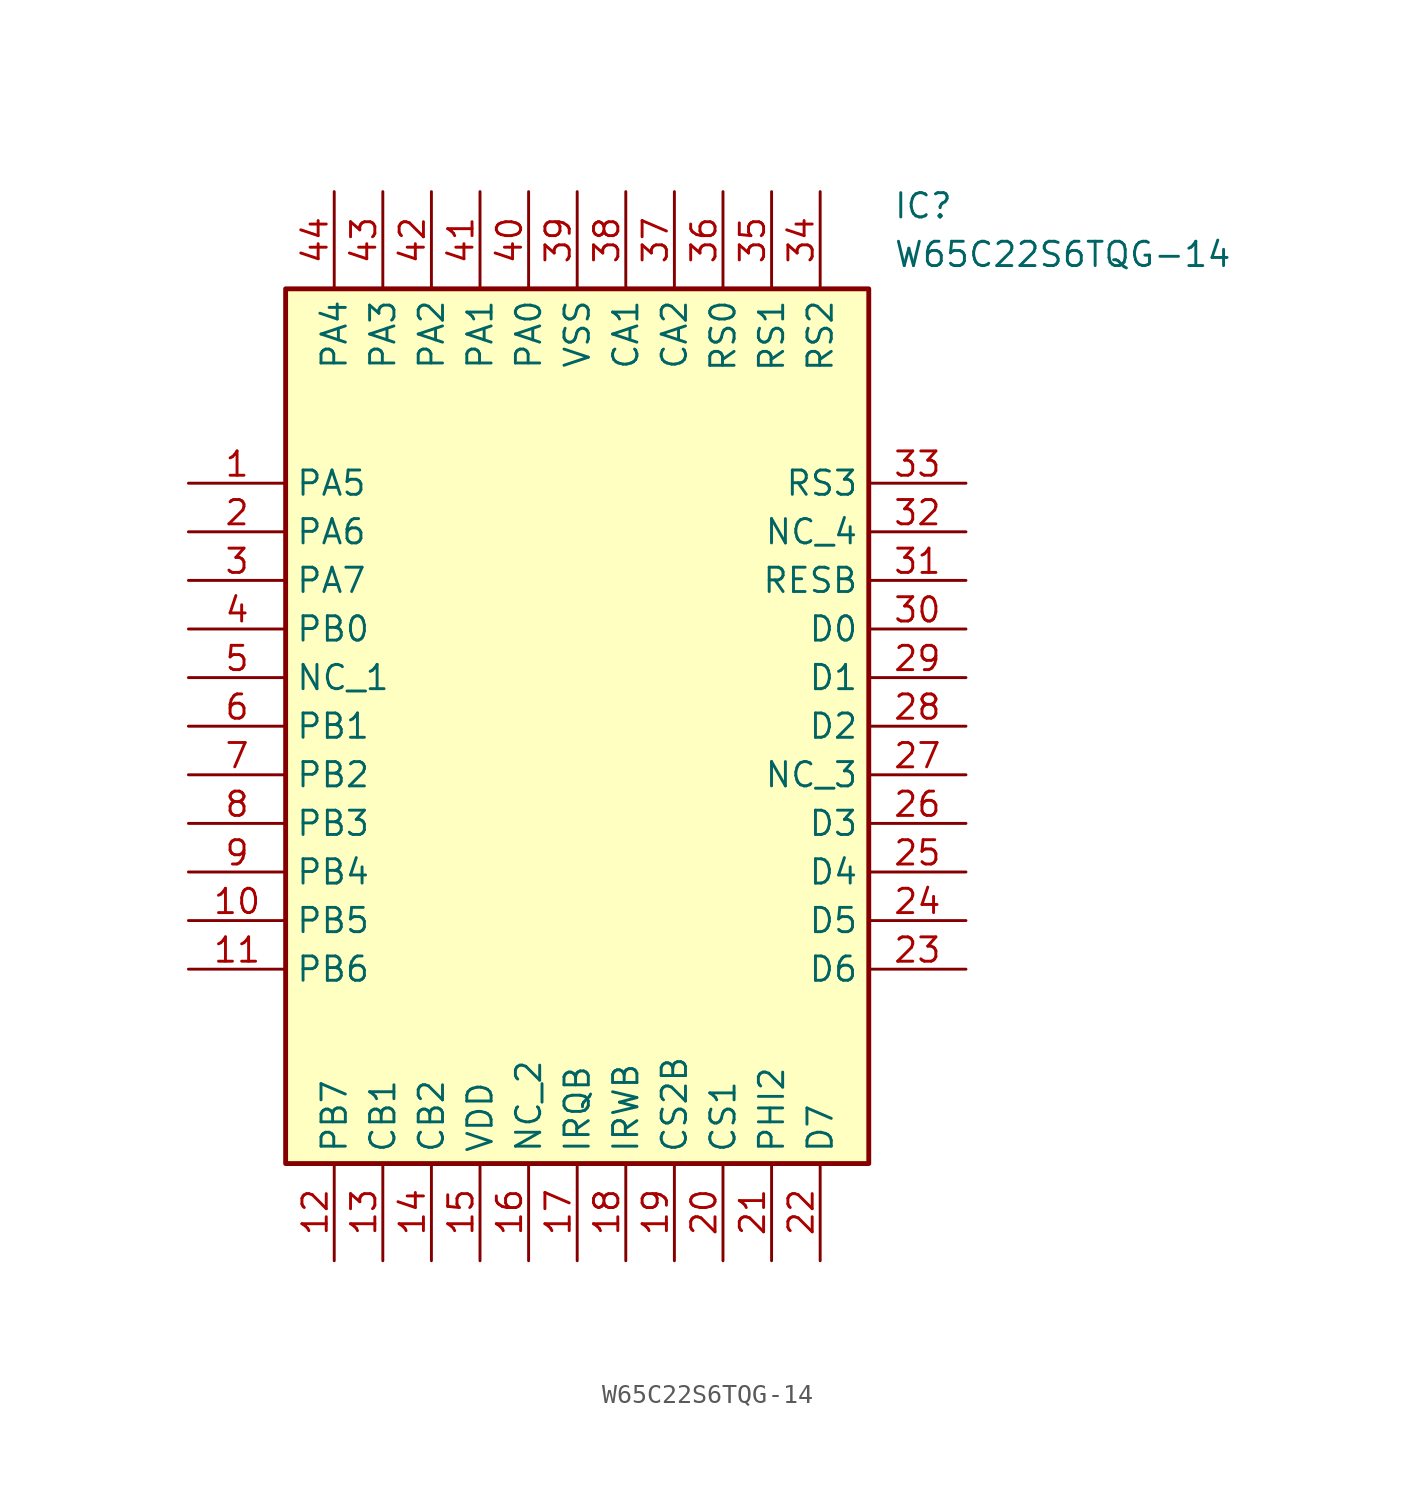
<source format=kicad_sym>
(kicad_symbol_lib
  (version 20211014)
  (generator SamacSys_ECAD_Model)
  (symbol "W65C22S6TQG-14"
    (property "Reference" "IC"
      (at 36.83 15.24 0)
      (effects (font (size 1.27 1.27)) (justify left top)))
    (property "Value" "W65C22S6TQG-14"
      (at 36.83 12.7 0)
      (effects (font (size 1.27 1.27)) (justify left top)))
    (rectangle
      (start 5.08 10.16)
      (end 35.56 -35.56)
      (stroke (width 0.254) (type default))
      (fill (type background)))
    (pin passive line
      (at 0 0 0)
      (length 5.08)
      (name "PA5" (effects (font (size 1.27 1.27))))
      (number "1" (effects (font (size 1.27 1.27)))))
    (pin passive line
      (at 0 -2.54 0)
      (length 5.08)
      (name "PA6" (effects (font (size 1.27 1.27))))
      (number "2" (effects (font (size 1.27 1.27)))))
    (pin passive line
      (at 0 -5.08 0)
      (length 5.08)
      (name "PA7" (effects (font (size 1.27 1.27))))
      (number "3" (effects (font (size 1.27 1.27)))))
    (pin passive line
      (at 0 -7.62 0)
      (length 5.08)
      (name "PB0" (effects (font (size 1.27 1.27))))
      (number "4" (effects (font (size 1.27 1.27)))))
    (pin passive line
      (at 0 -10.16 0)
      (length 5.08)
      (name "NC_1" (effects (font (size 1.27 1.27))))
      (number "5" (effects (font (size 1.27 1.27)))))
    (pin passive line
      (at 0 -12.7 0)
      (length 5.08)
      (name "PB1" (effects (font (size 1.27 1.27))))
      (number "6" (effects (font (size 1.27 1.27)))))
    (pin passive line
      (at 0 -15.24 0)
      (length 5.08)
      (name "PB2" (effects (font (size 1.27 1.27))))
      (number "7" (effects (font (size 1.27 1.27)))))
    (pin passive line
      (at 0 -17.78 0)
      (length 5.08)
      (name "PB3" (effects (font (size 1.27 1.27))))
      (number "8" (effects (font (size 1.27 1.27)))))
    (pin passive line
      (at 0 -20.32 0)
      (length 5.08)
      (name "PB4" (effects (font (size 1.27 1.27))))
      (number "9" (effects (font (size 1.27 1.27)))))
    (pin passive line
      (at 0 -22.86 0)
      (length 5.08)
      (name "PB5" (effects (font (size 1.27 1.27))))
      (number "10" (effects (font (size 1.27 1.27)))))
    (pin passive line
      (at 0 -25.4 0)
      (length 5.08)
      (name "PB6" (effects (font (size 1.27 1.27))))
      (number "11" (effects (font (size 1.27 1.27)))))
    (pin passive line
      (at 7.62 -40.64 90)
      (length 5.08)
      (name "PB7" (effects (font (size 1.27 1.27))))
      (number "12" (effects (font (size 1.27 1.27)))))
    (pin passive line
      (at 10.16 -40.64 90)
      (length 5.08)
      (name "CB1" (effects (font (size 1.27 1.27))))
      (number "13" (effects (font (size 1.27 1.27)))))
    (pin passive line
      (at 12.7 -40.64 90)
      (length 5.08)
      (name "CB2" (effects (font (size 1.27 1.27))))
      (number "14" (effects (font (size 1.27 1.27)))))
    (pin passive line
      (at 15.24 -40.64 90)
      (length 5.08)
      (name "VDD" (effects (font (size 1.27 1.27))))
      (number "15" (effects (font (size 1.27 1.27)))))
    (pin passive line
      (at 17.78 -40.64 90)
      (length 5.08)
      (name "NC_2" (effects (font (size 1.27 1.27))))
      (number "16" (effects (font (size 1.27 1.27)))))
    (pin passive line
      (at 20.32 -40.64 90)
      (length 5.08)
      (name "IRQB" (effects (font (size 1.27 1.27))))
      (number "17" (effects (font (size 1.27 1.27)))))
    (pin passive line
      (at 22.86 -40.64 90)
      (length 5.08)
      (name "IRWB" (effects (font (size 1.27 1.27))))
      (number "18" (effects (font (size 1.27 1.27)))))
    (pin passive line
      (at 25.4 -40.64 90)
      (length 5.08)
      (name "CS2B" (effects (font (size 1.27 1.27))))
      (number "19" (effects (font (size 1.27 1.27)))))
    (pin passive line
      (at 27.94 -40.64 90)
      (length 5.08)
      (name "CS1" (effects (font (size 1.27 1.27))))
      (number "20" (effects (font (size 1.27 1.27)))))
    (pin passive line
      (at 30.48 -40.64 90)
      (length 5.08)
      (name "PHI2" (effects (font (size 1.27 1.27))))
      (number "21" (effects (font (size 1.27 1.27)))))
    (pin passive line
      (at 33.02 -40.64 90)
      (length 5.08)
      (name "D7" (effects (font (size 1.27 1.27))))
      (number "22" (effects (font (size 1.27 1.27)))))
    (pin passive line
      (at 40.64 0 180)
      (length 5.08)
      (name "RS3" (effects (font (size 1.27 1.27))))
      (number "33" (effects (font (size 1.27 1.27)))))
    (pin passive line
      (at 40.64 -2.54 180)
      (length 5.08)
      (name "NC_4" (effects (font (size 1.27 1.27))))
      (number "32" (effects (font (size 1.27 1.27)))))
    (pin passive line
      (at 40.64 -5.08 180)
      (length 5.08)
      (name "RESB" (effects (font (size 1.27 1.27))))
      (number "31" (effects (font (size 1.27 1.27)))))
    (pin passive line
      (at 40.64 -7.62 180)
      (length 5.08)
      (name "D0" (effects (font (size 1.27 1.27))))
      (number "30" (effects (font (size 1.27 1.27)))))
    (pin passive line
      (at 40.64 -10.16 180)
      (length 5.08)
      (name "D1" (effects (font (size 1.27 1.27))))
      (number "29" (effects (font (size 1.27 1.27)))))
    (pin passive line
      (at 40.64 -12.7 180)
      (length 5.08)
      (name "D2" (effects (font (size 1.27 1.27))))
      (number "28" (effects (font (size 1.27 1.27)))))
    (pin passive line
      (at 40.64 -15.24 180)
      (length 5.08)
      (name "NC_3" (effects (font (size 1.27 1.27))))
      (number "27" (effects (font (size 1.27 1.27)))))
    (pin passive line
      (at 40.64 -17.78 180)
      (length 5.08)
      (name "D3" (effects (font (size 1.27 1.27))))
      (number "26" (effects (font (size 1.27 1.27)))))
    (pin passive line
      (at 40.64 -20.32 180)
      (length 5.08)
      (name "D4" (effects (font (size 1.27 1.27))))
      (number "25" (effects (font (size 1.27 1.27)))))
    (pin passive line
      (at 40.64 -22.86 180)
      (length 5.08)
      (name "D5" (effects (font (size 1.27 1.27))))
      (number "24" (effects (font (size 1.27 1.27)))))
    (pin passive line
      (at 40.64 -25.4 180)
      (length 5.08)
      (name "D6" (effects (font (size 1.27 1.27))))
      (number "23" (effects (font (size 1.27 1.27)))))
    (pin passive line
      (at 7.62 15.24 270)
      (length 5.08)
      (name "PA4" (effects (font (size 1.27 1.27))))
      (number "44" (effects (font (size 1.27 1.27)))))
    (pin passive line
      (at 10.16 15.24 270)
      (length 5.08)
      (name "PA3" (effects (font (size 1.27 1.27))))
      (number "43" (effects (font (size 1.27 1.27)))))
    (pin passive line
      (at 12.7 15.24 270)
      (length 5.08)
      (name "PA2" (effects (font (size 1.27 1.27))))
      (number "42" (effects (font (size 1.27 1.27)))))
    (pin passive line
      (at 15.24 15.24 270)
      (length 5.08)
      (name "PA1" (effects (font (size 1.27 1.27))))
      (number "41" (effects (font (size 1.27 1.27)))))
    (pin passive line
      (at 17.78 15.24 270)
      (length 5.08)
      (name "PA0" (effects (font (size 1.27 1.27))))
      (number "40" (effects (font (size 1.27 1.27)))))
    (pin passive line
      (at 20.32 15.24 270)
      (length 5.08)
      (name "VSS" (effects (font (size 1.27 1.27))))
      (number "39" (effects (font (size 1.27 1.27)))))
    (pin passive line
      (at 22.86 15.24 270)
      (length 5.08)
      (name "CA1" (effects (font (size 1.27 1.27))))
      (number "38" (effects (font (size 1.27 1.27)))))
    (pin passive line
      (at 25.4 15.24 270)
      (length 5.08)
      (name "CA2" (effects (font (size 1.27 1.27))))
      (number "37" (effects (font (size 1.27 1.27)))))
    (pin passive line
      (at 27.94 15.24 270)
      (length 5.08)
      (name "RS0" (effects (font (size 1.27 1.27))))
      (number "36" (effects (font (size 1.27 1.27)))))
    (pin passive line
      (at 30.48 15.24 270)
      (length 5.08)
      (name "RS1" (effects (font (size 1.27 1.27))))
      (number "35" (effects (font (size 1.27 1.27)))))
    (pin passive line
      (at 33.02 15.24 270)
      (length 5.08)
      (name "RS2" (effects (font (size 1.27 1.27))))
      (number "34" (effects (font (size 1.27 1.27)))))))
</source>
